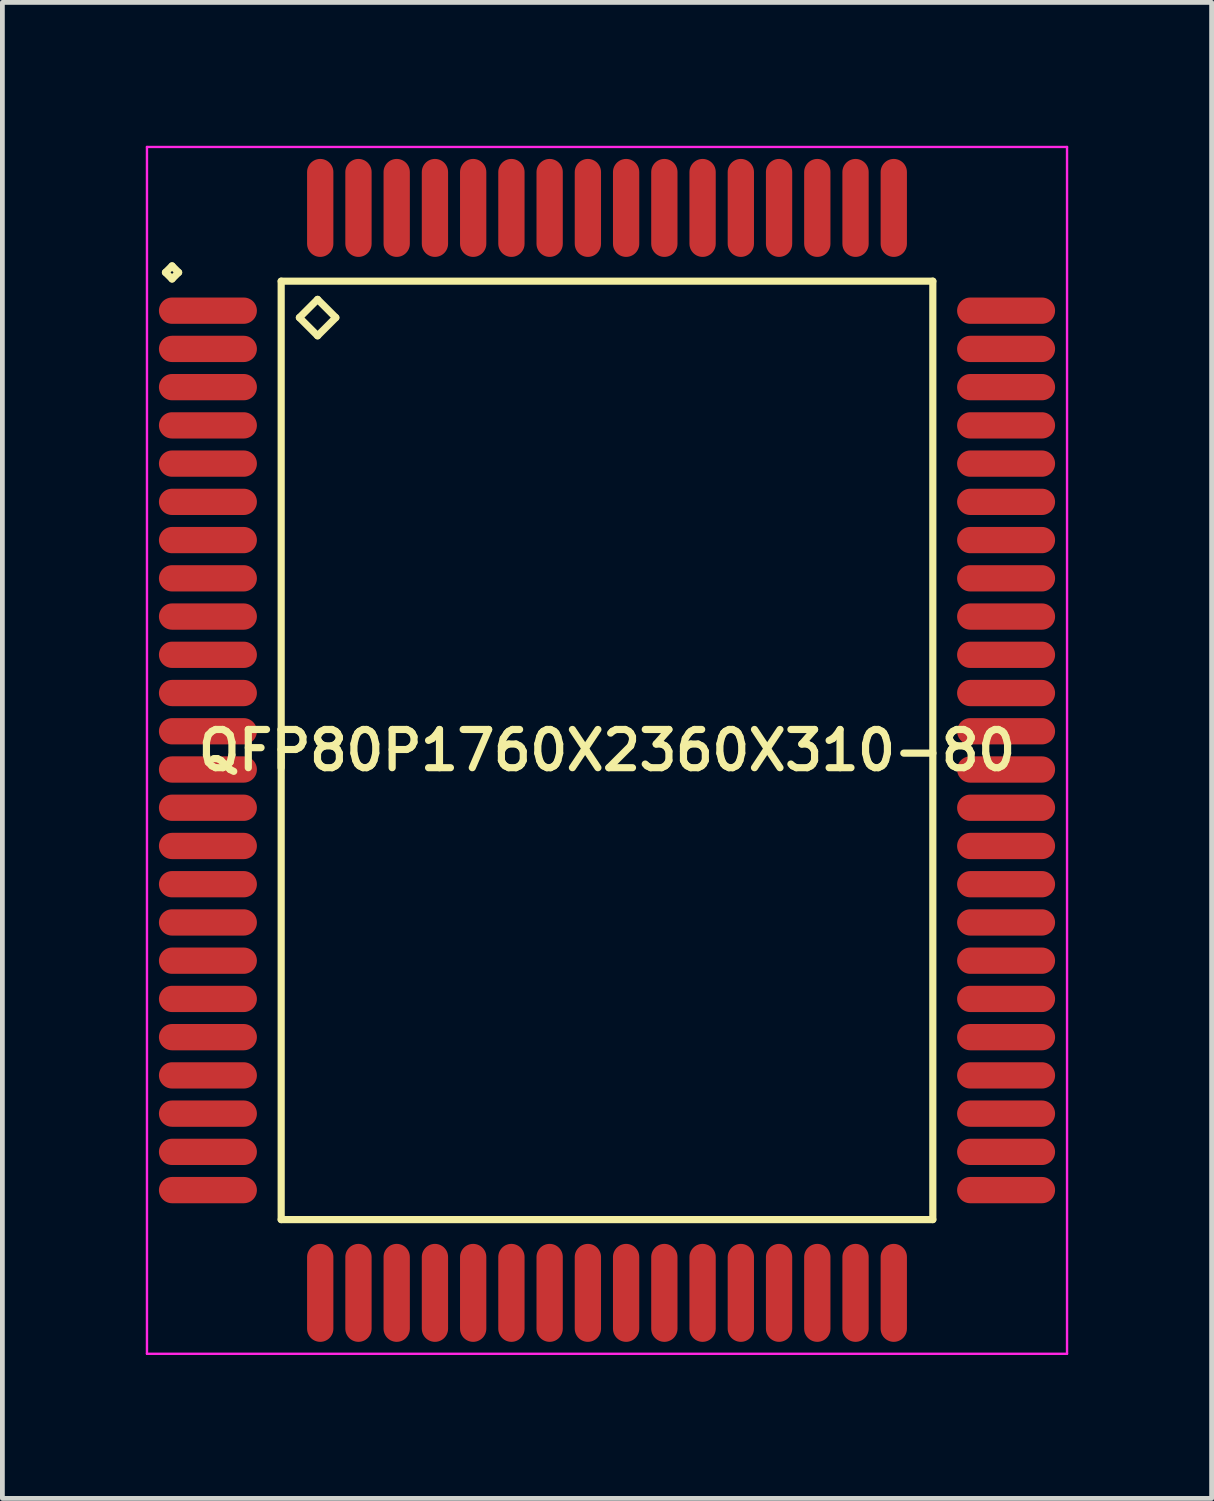
<source format=kicad_pcb>
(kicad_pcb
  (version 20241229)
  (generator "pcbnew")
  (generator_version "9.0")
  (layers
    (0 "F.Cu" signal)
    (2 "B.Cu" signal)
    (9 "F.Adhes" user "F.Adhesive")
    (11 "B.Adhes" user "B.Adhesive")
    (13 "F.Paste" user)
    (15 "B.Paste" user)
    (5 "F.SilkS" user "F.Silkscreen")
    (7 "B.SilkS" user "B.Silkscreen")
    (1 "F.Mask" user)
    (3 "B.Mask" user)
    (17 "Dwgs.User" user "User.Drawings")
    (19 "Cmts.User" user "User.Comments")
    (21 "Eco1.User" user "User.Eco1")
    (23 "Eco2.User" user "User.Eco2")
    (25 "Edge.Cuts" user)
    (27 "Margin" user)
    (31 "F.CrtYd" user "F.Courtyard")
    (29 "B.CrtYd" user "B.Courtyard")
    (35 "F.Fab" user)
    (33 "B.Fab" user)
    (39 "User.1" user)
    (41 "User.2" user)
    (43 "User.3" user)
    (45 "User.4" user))
  (footprint "QFP80P1760X2360X310-80"
    (layer "F.Cu")
    (at 9.65 12.65)
    (property "Reference" "QFP80P1760X2360X310-80" (at 0 0 0) (layer "F.SilkS") (effects (font (size 0.8 0.8) (thickness 0.15))))
    (attr smd)
    (fp_line (start -9.238 -10) (end -9.1 -10.137) (stroke (width 0.15) (type solid)) (layer "F.SilkS"))
    (fp_line (start -9.1 -10.137) (end -8.963 -10) (stroke (width 0.15) (type solid)) (layer "F.SilkS"))
    (fp_line (start -9.1 -9.863) (end -9.238 -10) (stroke (width 0.15) (type solid)) (layer "F.SilkS"))
    (fp_line (start -8.963 -10) (end -9.1 -9.863) (stroke (width 0.15) (type solid)) (layer "F.SilkS"))
    (fp_line (start -6.817 -9.817) (end -6.817 9.817) (stroke (width 0.15) (type solid)) (layer "F.SilkS"))
    (fp_line (start -6.817 9.817) (end 6.817 9.817) (stroke (width 0.15) (type solid)) (layer "F.SilkS"))
    (fp_line (start -6.436 -9.055) (end -6.055 -9.436) (stroke (width 0.15) (type solid)) (layer "F.SilkS"))
    (fp_line (start -6.055 -9.436) (end -5.674 -9.055) (stroke (width 0.15) (type solid)) (layer "F.SilkS"))
    (fp_line (start -6.055 -8.674) (end -6.436 -9.055) (stroke (width 0.15) (type solid)) (layer "F.SilkS"))
    (fp_line (start -5.674 -9.055) (end -6.055 -8.674) (stroke (width 0.15) (type solid)) (layer "F.SilkS"))
    (fp_line (start 6.817 -9.817) (end -6.817 -9.817) (stroke (width 0.15) (type solid)) (layer "F.SilkS"))
    (fp_line (start 6.817 9.817) (end 6.817 -9.817) (stroke (width 0.15) (type solid)) (layer "F.SilkS"))
    (fp_line (start -9.625 -12.625) (end 9.625 -12.625) (stroke (width 0.05) (type solid)) (layer "F.CrtYd"))
    (fp_line (start -9.625 12.625) (end -9.625 -12.625) (stroke (width 0.05) (type solid)) (layer "F.CrtYd"))
    (fp_line (start 9.625 -12.625) (end 9.625 12.625) (stroke (width 0.05) (type solid)) (layer "F.CrtYd"))
    (fp_line (start 9.625 12.625) (end -9.625 12.625) (stroke (width 0.05) (type solid)) (layer "F.CrtYd"))
    (pad "1" smd oval (at -8.35 -9.2) (size 2.05 0.55) (layers "F.Cu" "F.Mask" "F.Paste"))
    (pad "2" smd oval (at -8.35 -8.4) (size 2.05 0.55) (layers "F.Cu" "F.Mask" "F.Paste"))
    (pad "3" smd oval (at -8.35 -7.6) (size 2.05 0.55) (layers "F.Cu" "F.Mask" "F.Paste"))
    (pad "4" smd oval (at -8.35 -6.8) (size 2.05 0.55) (layers "F.Cu" "F.Mask" "F.Paste"))
    (pad "5" smd oval (at -8.35 -6) (size 2.05 0.55) (layers "F.Cu" "F.Mask" "F.Paste"))
    (pad "6" smd oval (at -8.35 -5.2) (size 2.05 0.55) (layers "F.Cu" "F.Mask" "F.Paste"))
    (pad "7" smd oval (at -8.35 -4.4) (size 2.05 0.55) (layers "F.Cu" "F.Mask" "F.Paste"))
    (pad "8" smd oval (at -8.35 -3.6) (size 2.05 0.55) (layers "F.Cu" "F.Mask" "F.Paste"))
    (pad "9" smd oval (at -8.35 -2.8) (size 2.05 0.55) (layers "F.Cu" "F.Mask" "F.Paste"))
    (pad "10" smd oval (at -8.35 -2) (size 2.05 0.55) (layers "F.Cu" "F.Mask" "F.Paste"))
    (pad "11" smd oval (at -8.35 -1.2) (size 2.05 0.55) (layers "F.Cu" "F.Mask" "F.Paste"))
    (pad "12" smd oval (at -8.35 -0.4) (size 2.05 0.55) (layers "F.Cu" "F.Mask" "F.Paste"))
    (pad "13" smd oval (at -8.35 0.4) (size 2.05 0.55) (layers "F.Cu" "F.Mask" "F.Paste"))
    (pad "14" smd oval (at -8.35 1.2) (size 2.05 0.55) (layers "F.Cu" "F.Mask" "F.Paste"))
    (pad "15" smd oval (at -8.35 2) (size 2.05 0.55) (layers "F.Cu" "F.Mask" "F.Paste"))
    (pad "16" smd oval (at -8.35 2.8) (size 2.05 0.55) (layers "F.Cu" "F.Mask" "F.Paste"))
    (pad "17" smd oval (at -8.35 3.6) (size 2.05 0.55) (layers "F.Cu" "F.Mask" "F.Paste"))
    (pad "18" smd oval (at -8.35 4.4) (size 2.05 0.55) (layers "F.Cu" "F.Mask" "F.Paste"))
    (pad "19" smd oval (at -8.35 5.2) (size 2.05 0.55) (layers "F.Cu" "F.Mask" "F.Paste"))
    (pad "20" smd oval (at -8.35 6) (size 2.05 0.55) (layers "F.Cu" "F.Mask" "F.Paste"))
    (pad "21" smd oval (at -8.35 6.8) (size 2.05 0.55) (layers "F.Cu" "F.Mask" "F.Paste"))
    (pad "22" smd oval (at -8.35 7.6) (size 2.05 0.55) (layers "F.Cu" "F.Mask" "F.Paste"))
    (pad "23" smd oval (at -8.35 8.4) (size 2.05 0.55) (layers "F.Cu" "F.Mask" "F.Paste"))
    (pad "24" smd oval (at -8.35 9.2) (size 2.05 0.55) (layers "F.Cu" "F.Mask" "F.Paste"))
    (pad "25" smd oval (at -6 11.35) (size 0.55 2.05) (layers "F.Cu" "F.Mask" "F.Paste"))
    (pad "26" smd oval (at -5.2 11.35) (size 0.55 2.05) (layers "F.Cu" "F.Mask" "F.Paste"))
    (pad "27" smd oval (at -4.4 11.35) (size 0.55 2.05) (layers "F.Cu" "F.Mask" "F.Paste"))
    (pad "28" smd oval (at -3.6 11.35) (size 0.55 2.05) (layers "F.Cu" "F.Mask" "F.Paste"))
    (pad "29" smd oval (at -2.8 11.35) (size 0.55 2.05) (layers "F.Cu" "F.Mask" "F.Paste"))
    (pad "30" smd oval (at -2 11.35) (size 0.55 2.05) (layers "F.Cu" "F.Mask" "F.Paste"))
    (pad "31" smd oval (at -1.2 11.35) (size 0.55 2.05) (layers "F.Cu" "F.Mask" "F.Paste"))
    (pad "32" smd oval (at -0.4 11.35) (size 0.55 2.05) (layers "F.Cu" "F.Mask" "F.Paste"))
    (pad "33" smd oval (at 0.4 11.35) (size 0.55 2.05) (layers "F.Cu" "F.Mask" "F.Paste"))
    (pad "34" smd oval (at 1.2 11.35) (size 0.55 2.05) (layers "F.Cu" "F.Mask" "F.Paste"))
    (pad "35" smd oval (at 2 11.35) (size 0.55 2.05) (layers "F.Cu" "F.Mask" "F.Paste"))
    (pad "36" smd oval (at 2.8 11.35) (size 0.55 2.05) (layers "F.Cu" "F.Mask" "F.Paste"))
    (pad "37" smd oval (at 3.6 11.35) (size 0.55 2.05) (layers "F.Cu" "F.Mask" "F.Paste"))
    (pad "38" smd oval (at 4.4 11.35) (size 0.55 2.05) (layers "F.Cu" "F.Mask" "F.Paste"))
    (pad "39" smd oval (at 5.2 11.35) (size 0.55 2.05) (layers "F.Cu" "F.Mask" "F.Paste"))
    (pad "40" smd oval (at 6 11.35) (size 0.55 2.05) (layers "F.Cu" "F.Mask" "F.Paste"))
    (pad "41" smd oval (at 8.35 9.2) (size 2.05 0.55) (layers "F.Cu" "F.Mask" "F.Paste"))
    (pad "42" smd oval (at 8.35 8.4) (size 2.05 0.55) (layers "F.Cu" "F.Mask" "F.Paste"))
    (pad "43" smd oval (at 8.35 7.6) (size 2.05 0.55) (layers "F.Cu" "F.Mask" "F.Paste"))
    (pad "44" smd oval (at 8.35 6.8) (size 2.05 0.55) (layers "F.Cu" "F.Mask" "F.Paste"))
    (pad "45" smd oval (at 8.35 6) (size 2.05 0.55) (layers "F.Cu" "F.Mask" "F.Paste"))
    (pad "46" smd oval (at 8.35 5.2) (size 2.05 0.55) (layers "F.Cu" "F.Mask" "F.Paste"))
    (pad "47" smd oval (at 8.35 4.4) (size 2.05 0.55) (layers "F.Cu" "F.Mask" "F.Paste"))
    (pad "48" smd oval (at 8.35 3.6) (size 2.05 0.55) (layers "F.Cu" "F.Mask" "F.Paste"))
    (pad "49" smd oval (at 8.35 2.8) (size 2.05 0.55) (layers "F.Cu" "F.Mask" "F.Paste"))
    (pad "50" smd oval (at 8.35 2) (size 2.05 0.55) (layers "F.Cu" "F.Mask" "F.Paste"))
    (pad "51" smd oval (at 8.35 1.2) (size 2.05 0.55) (layers "F.Cu" "F.Mask" "F.Paste"))
    (pad "52" smd oval (at 8.35 0.4) (size 2.05 0.55) (layers "F.Cu" "F.Mask" "F.Paste"))
    (pad "53" smd oval (at 8.35 -0.4) (size 2.05 0.55) (layers "F.Cu" "F.Mask" "F.Paste"))
    (pad "54" smd oval (at 8.35 -1.2) (size 2.05 0.55) (layers "F.Cu" "F.Mask" "F.Paste"))
    (pad "55" smd oval (at 8.35 -2) (size 2.05 0.55) (layers "F.Cu" "F.Mask" "F.Paste"))
    (pad "56" smd oval (at 8.35 -2.8) (size 2.05 0.55) (layers "F.Cu" "F.Mask" "F.Paste"))
    (pad "57" smd oval (at 8.35 -3.6) (size 2.05 0.55) (layers "F.Cu" "F.Mask" "F.Paste"))
    (pad "58" smd oval (at 8.35 -4.4) (size 2.05 0.55) (layers "F.Cu" "F.Mask" "F.Paste"))
    (pad "59" smd oval (at 8.35 -5.2) (size 2.05 0.55) (layers "F.Cu" "F.Mask" "F.Paste"))
    (pad "60" smd oval (at 8.35 -6) (size 2.05 0.55) (layers "F.Cu" "F.Mask" "F.Paste"))
    (pad "61" smd oval (at 8.35 -6.8) (size 2.05 0.55) (layers "F.Cu" "F.Mask" "F.Paste"))
    (pad "62" smd oval (at 8.35 -7.6) (size 2.05 0.55) (layers "F.Cu" "F.Mask" "F.Paste"))
    (pad "63" smd oval (at 8.35 -8.4) (size 2.05 0.55) (layers "F.Cu" "F.Mask" "F.Paste"))
    (pad "64" smd oval (at 8.35 -9.2) (size 2.05 0.55) (layers "F.Cu" "F.Mask" "F.Paste"))
    (pad "65" smd oval (at 6 -11.35) (size 0.55 2.05) (layers "F.Cu" "F.Mask" "F.Paste"))
    (pad "66" smd oval (at 5.2 -11.35) (size 0.55 2.05) (layers "F.Cu" "F.Mask" "F.Paste"))
    (pad "67" smd oval (at 4.4 -11.35) (size 0.55 2.05) (layers "F.Cu" "F.Mask" "F.Paste"))
    (pad "68" smd oval (at 3.6 -11.35) (size 0.55 2.05) (layers "F.Cu" "F.Mask" "F.Paste"))
    (pad "69" smd oval (at 2.8 -11.35) (size 0.55 2.05) (layers "F.Cu" "F.Mask" "F.Paste"))
    (pad "70" smd oval (at 2 -11.35) (size 0.55 2.05) (layers "F.Cu" "F.Mask" "F.Paste"))
    (pad "71" smd oval (at 1.2 -11.35) (size 0.55 2.05) (layers "F.Cu" "F.Mask" "F.Paste"))
    (pad "72" smd oval (at 0.4 -11.35) (size 0.55 2.05) (layers "F.Cu" "F.Mask" "F.Paste"))
    (pad "73" smd oval (at -0.4 -11.35) (size 0.55 2.05) (layers "F.Cu" "F.Mask" "F.Paste"))
    (pad "74" smd oval (at -1.2 -11.35) (size 0.55 2.05) (layers "F.Cu" "F.Mask" "F.Paste"))
    (pad "75" smd oval (at -2 -11.35) (size 0.55 2.05) (layers "F.Cu" "F.Mask" "F.Paste"))
    (pad "76" smd oval (at -2.8 -11.35) (size 0.55 2.05) (layers "F.Cu" "F.Mask" "F.Paste"))
    (pad "77" smd oval (at -3.6 -11.35) (size 0.55 2.05) (layers "F.Cu" "F.Mask" "F.Paste"))
    (pad "78" smd oval (at -4.4 -11.35) (size 0.55 2.05) (layers "F.Cu" "F.Mask" "F.Paste"))
    (pad "79" smd oval (at -5.2 -11.35) (size 0.55 2.05) (layers "F.Cu" "F.Mask" "F.Paste"))
    (pad "80" smd oval (at -6 -11.35) (size 0.55 2.05) (layers "F.Cu" "F.Mask" "F.Paste")))
  (gr_rect
    (start -3 -3)
    (end 22.3 28.3)
    (stroke (width 0.1) (type default))
    (fill no)
    (layer "Edge.Cuts")))
</source>
